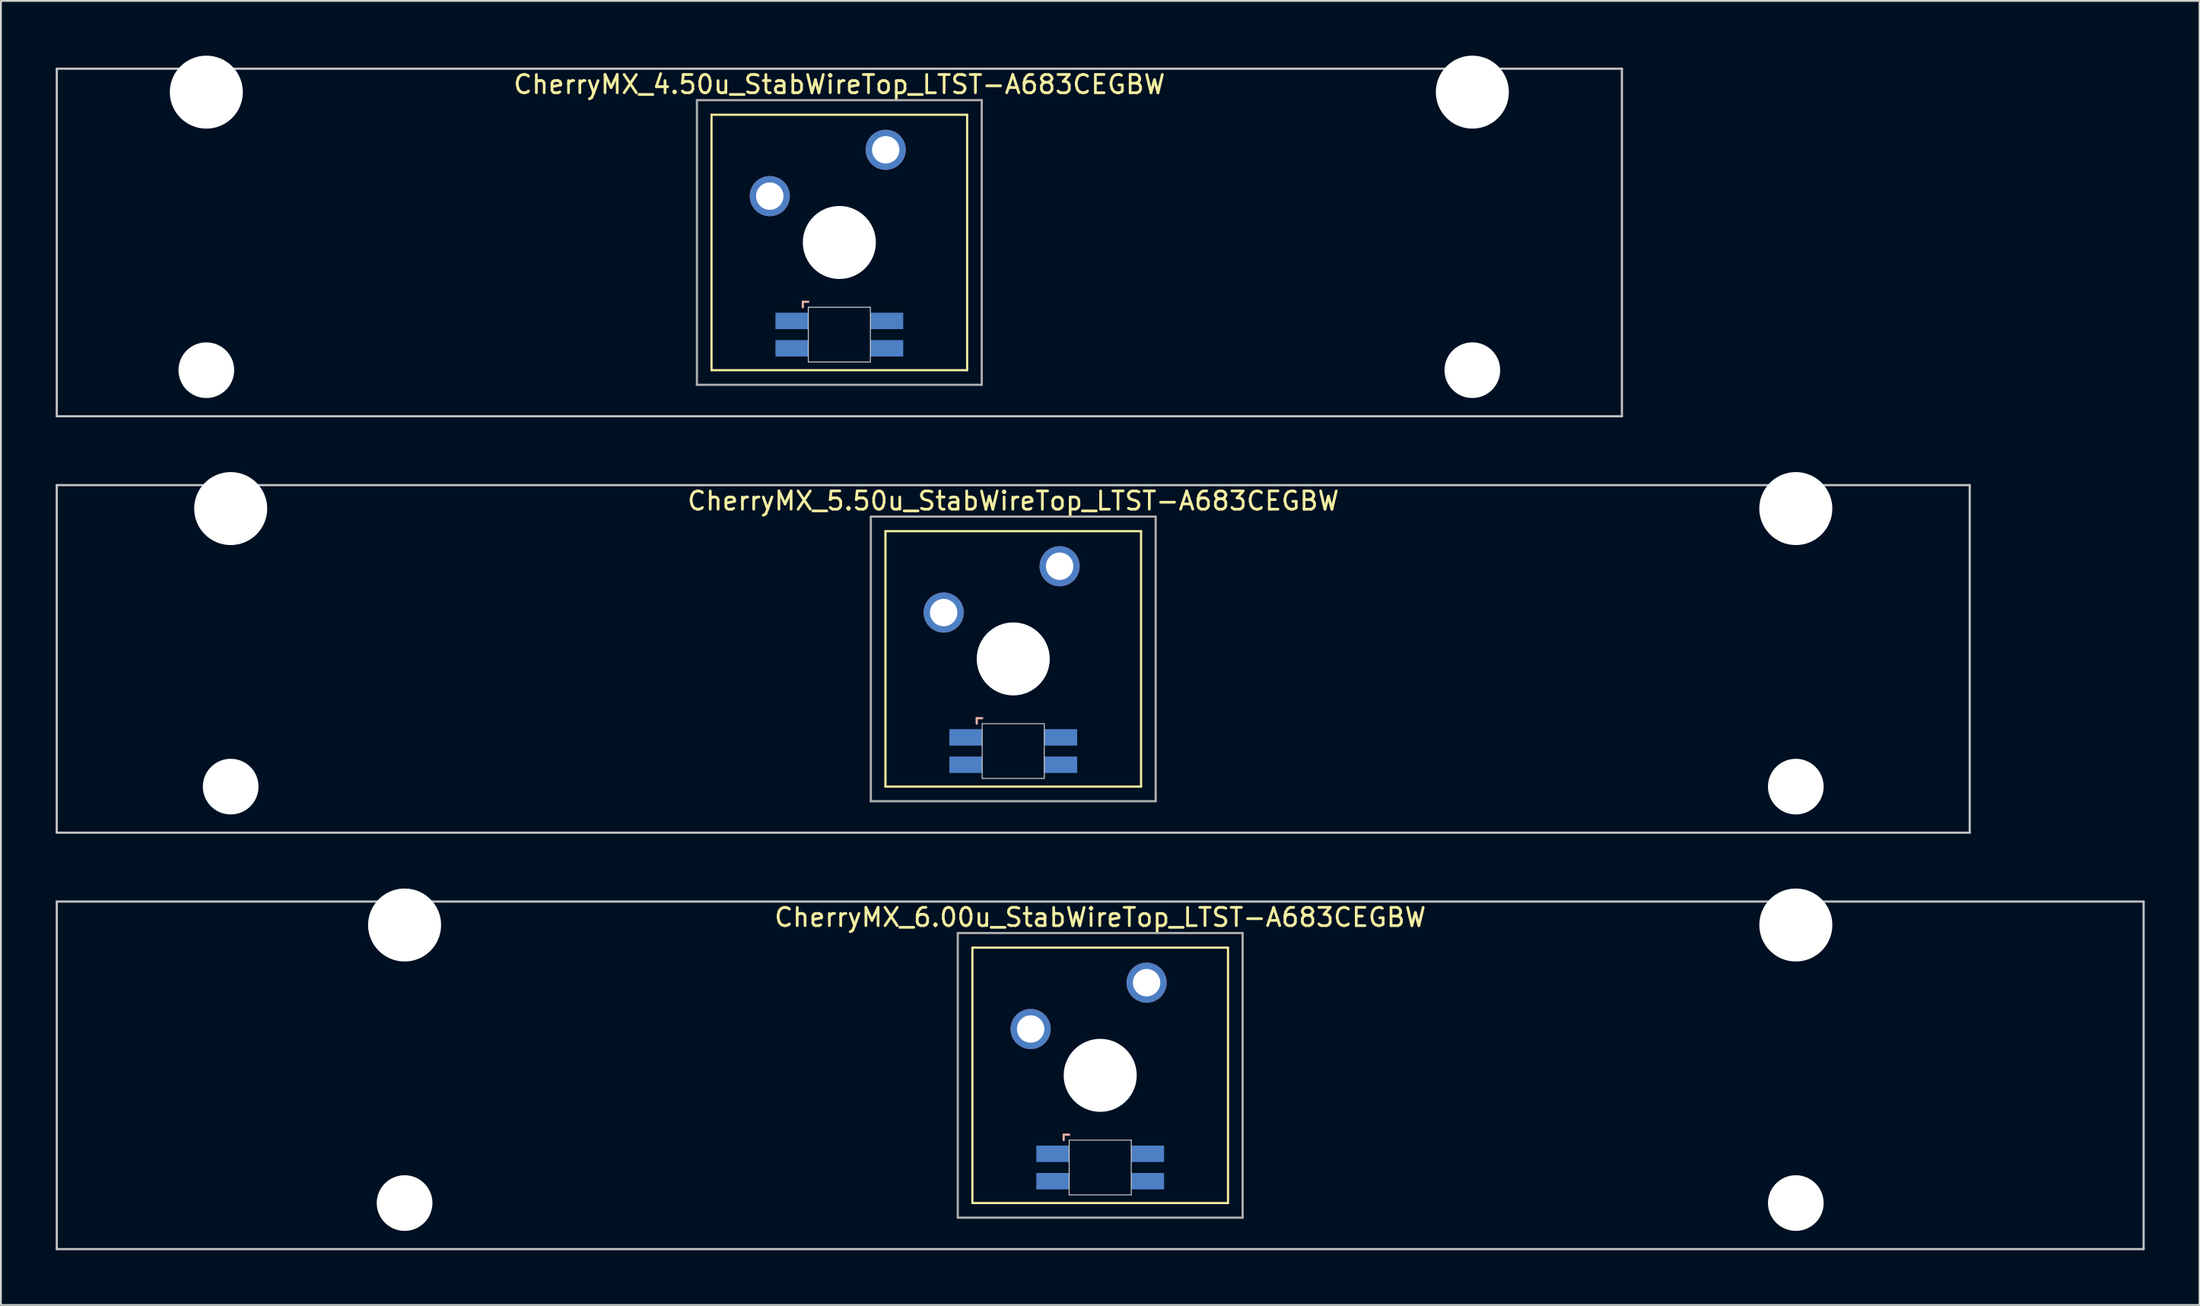
<source format=kicad_pcb>
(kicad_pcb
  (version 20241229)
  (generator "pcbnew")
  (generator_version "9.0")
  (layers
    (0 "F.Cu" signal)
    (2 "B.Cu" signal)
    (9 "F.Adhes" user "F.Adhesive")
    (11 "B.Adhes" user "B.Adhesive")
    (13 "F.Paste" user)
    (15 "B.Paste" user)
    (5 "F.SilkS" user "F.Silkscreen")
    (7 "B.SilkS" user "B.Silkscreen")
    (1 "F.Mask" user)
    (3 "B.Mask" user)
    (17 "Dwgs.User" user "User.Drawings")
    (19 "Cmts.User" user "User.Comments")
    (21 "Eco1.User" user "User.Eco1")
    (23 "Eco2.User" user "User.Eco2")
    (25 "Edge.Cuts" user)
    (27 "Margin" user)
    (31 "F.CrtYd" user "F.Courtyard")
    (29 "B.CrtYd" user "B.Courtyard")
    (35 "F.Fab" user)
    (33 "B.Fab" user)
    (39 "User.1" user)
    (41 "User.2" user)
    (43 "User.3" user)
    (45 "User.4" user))
  (footprint "CherryMX_4.50u_StabWireTop_LTST-A683CEGBW"
    (layer "F.Cu")
    (at 42.922 10.24)
    (property "Reference" "CherryMX_4.50u_StabWireTop_LTST-A683CEGBW" (at 0 -8.662 0) (layer "F.SilkS") (effects (font (size 1 1) (thickness 0.15))))
    (attr through_hole)
    (fp_line (start -7 -7) (end -7 7) (stroke (width 0.12) (type solid)) (layer "F.SilkS"))
    (fp_line (start -7 -7) (end 7 -7) (stroke (width 0.12) (type solid)) (layer "F.SilkS"))
    (fp_line (start 7 -7) (end 7 7) (stroke (width 0.12) (type solid)) (layer "F.SilkS"))
    (fp_line (start 7 7) (end -7 7) (stroke (width 0.12) (type solid)) (layer "F.SilkS"))
    (fp_line (start -2 3.25) (end -2 3.55) (stroke (width 0.12) (type solid)) (layer "B.SilkS"))
    (fp_line (start -1.7 3.25) (end -2 3.25) (stroke (width 0.12) (type solid)) (layer "B.SilkS"))
    (fp_line (start -42.862 -9.525) (end 42.862 -9.525) (stroke (width 0.12) (type solid)) (layer "Dwgs.User"))
    (fp_line (start -42.862 9.525) (end -42.862 -9.525) (stroke (width 0.12) (type solid)) (layer "Dwgs.User"))
    (fp_line (start 42.862 -9.525) (end 42.862 9.525) (stroke (width 0.12) (type solid)) (layer "Dwgs.User"))
    (fp_line (start 42.862 9.525) (end -42.862 9.525) (stroke (width 0.12) (type solid)) (layer "Dwgs.User"))
    (fp_line (start -1.7 3.55) (end 1.7 3.55) (stroke (width 0.05) (type solid)) (layer "Edge.Cuts"))
    (fp_line (start -1.7 6.55) (end -1.7 3.55) (stroke (width 0.05) (type solid)) (layer "Edge.Cuts"))
    (fp_line (start 1.7 3.55) (end 1.7 6.55) (stroke (width 0.05) (type solid)) (layer "Edge.Cuts"))
    (fp_line (start 1.7 6.55) (end -1.7 6.55) (stroke (width 0.05) (type solid)) (layer "Edge.Cuts"))
    (fp_line (start -7.8 -7.8) (end -7.8 7.8) (stroke (width 0.12) (type solid)) (layer "F.Fab"))
    (fp_line (start -7.8 -7.8) (end 7.8 -7.8) (stroke (width 0.12) (type solid)) (layer "F.Fab"))
    (fp_line (start -7.8 7.8) (end 7.8 7.8) (stroke (width 0.12) (type solid)) (layer "F.Fab"))
    (fp_line (start 7.8 -7.8) (end 7.8 7.8) (stroke (width 0.12) (type solid)) (layer "F.Fab"))
    (pad "" np_thru_hole circle (at -34.671 -8.24) (size 4 4) (drill 4) (layers "*.Cu" "*.Mask"))
    (pad "" np_thru_hole circle (at -34.671 7) (size 3.05 3.05) (drill 3.05) (layers "*.Cu" "*.Mask"))
    (pad "" np_thru_hole circle (at 0 0) (size 4 4) (drill 4) (layers "*.Cu" "*.Mask"))
    (pad "" np_thru_hole circle (at 34.671 -8.24) (size 4 4) (drill 4) (layers "*.Cu" "*.Mask"))
    (pad "" np_thru_hole circle (at 34.671 7) (size 3.05 3.05) (drill 3.05) (layers "*.Cu" "*.Mask"))
    (pad "1" thru_hole circle (at -3.81 -2.54) (size 2.2 2.2) (drill 1.5) (layers "*.Cu" "*.Mask"))
    (pad "2" thru_hole circle (at 2.54 -5.08) (size 2.2 2.2) (drill 1.5) (layers "*.Cu" "*.Mask"))
    (pad "3" smd rect (at -2.6 4.3) (size 1.8 0.9) (layers "B.Cu" "B.Mask" "B.Paste"))
    (pad "4" smd rect (at -2.6 5.8) (size 1.8 0.9) (layers "B.Cu" "B.Mask" "B.Paste"))
    (pad "5" smd rect (at 2.6 4.3) (size 1.8 0.9) (layers "B.Cu" "B.Mask" "B.Paste"))
    (pad "6" smd rect (at 2.6 5.8) (size 1.8 0.9) (layers "B.Cu" "B.Mask" "B.Paste")))
  (footprint "CherryMX_5.50u_StabWireTop_LTST-A683CEGBW"
    (layer "F.Cu")
    (at 52.447 33.065)
    (property "Reference" "CherryMX_5.50u_StabWireTop_LTST-A683CEGBW" (at 0 -8.662 0) (layer "F.SilkS") (effects (font (size 1 1) (thickness 0.15))))
    (attr through_hole)
    (fp_line (start -7 -7) (end -7 7) (stroke (width 0.12) (type solid)) (layer "F.SilkS"))
    (fp_line (start -7 -7) (end 7 -7) (stroke (width 0.12) (type solid)) (layer "F.SilkS"))
    (fp_line (start 7 -7) (end 7 7) (stroke (width 0.12) (type solid)) (layer "F.SilkS"))
    (fp_line (start 7 7) (end -7 7) (stroke (width 0.12) (type solid)) (layer "F.SilkS"))
    (fp_line (start -2 3.25) (end -2 3.55) (stroke (width 0.12) (type solid)) (layer "B.SilkS"))
    (fp_line (start -1.7 3.25) (end -2 3.25) (stroke (width 0.12) (type solid)) (layer "B.SilkS"))
    (fp_line (start -52.388 -9.525) (end 52.388 -9.525) (stroke (width 0.12) (type solid)) (layer "Dwgs.User"))
    (fp_line (start -52.388 9.525) (end -52.388 -9.525) (stroke (width 0.12) (type solid)) (layer "Dwgs.User"))
    (fp_line (start 52.388 -9.525) (end 52.388 9.525) (stroke (width 0.12) (type solid)) (layer "Dwgs.User"))
    (fp_line (start 52.388 9.525) (end -52.388 9.525) (stroke (width 0.12) (type solid)) (layer "Dwgs.User"))
    (fp_line (start -1.7 3.55) (end 1.7 3.55) (stroke (width 0.05) (type solid)) (layer "Edge.Cuts"))
    (fp_line (start -1.7 6.55) (end -1.7 3.55) (stroke (width 0.05) (type solid)) (layer "Edge.Cuts"))
    (fp_line (start 1.7 3.55) (end 1.7 6.55) (stroke (width 0.05) (type solid)) (layer "Edge.Cuts"))
    (fp_line (start 1.7 6.55) (end -1.7 6.55) (stroke (width 0.05) (type solid)) (layer "Edge.Cuts"))
    (fp_line (start -7.8 -7.8) (end -7.8 7.8) (stroke (width 0.12) (type solid)) (layer "F.Fab"))
    (fp_line (start -7.8 -7.8) (end 7.8 -7.8) (stroke (width 0.12) (type solid)) (layer "F.Fab"))
    (fp_line (start -7.8 7.8) (end 7.8 7.8) (stroke (width 0.12) (type solid)) (layer "F.Fab"))
    (fp_line (start 7.8 -7.8) (end 7.8 7.8) (stroke (width 0.12) (type solid)) (layer "F.Fab"))
    (pad "" np_thru_hole circle (at -42.862 -8.24) (size 4 4) (drill 4) (layers "*.Cu" "*.Mask"))
    (pad "" np_thru_hole circle (at -42.862 7) (size 3.05 3.05) (drill 3.05) (layers "*.Cu" "*.Mask"))
    (pad "" np_thru_hole circle (at 0 0) (size 4 4) (drill 4) (layers "*.Cu" "*.Mask"))
    (pad "" np_thru_hole circle (at 42.862 -8.24) (size 4 4) (drill 4) (layers "*.Cu" "*.Mask"))
    (pad "" np_thru_hole circle (at 42.862 7) (size 3.05 3.05) (drill 3.05) (layers "*.Cu" "*.Mask"))
    (pad "1" thru_hole circle (at -3.81 -2.54) (size 2.2 2.2) (drill 1.5) (layers "*.Cu" "*.Mask"))
    (pad "2" thru_hole circle (at 2.54 -5.08) (size 2.2 2.2) (drill 1.5) (layers "*.Cu" "*.Mask"))
    (pad "3" smd rect (at -2.6 4.3) (size 1.8 0.9) (layers "B.Cu" "B.Mask" "B.Paste"))
    (pad "4" smd rect (at -2.6 5.8) (size 1.8 0.9) (layers "B.Cu" "B.Mask" "B.Paste"))
    (pad "5" smd rect (at 2.6 4.3) (size 1.8 0.9) (layers "B.Cu" "B.Mask" "B.Paste"))
    (pad "6" smd rect (at 2.6 5.8) (size 1.8 0.9) (layers "B.Cu" "B.Mask" "B.Paste")))
  (footprint "CherryMX_6.00u_StabWireTop_LTST-A683CEGBW"
    (layer "F.Cu")
    (at 57.21 55.89)
    (property "Reference" "CherryMX_6.00u_StabWireTop_LTST-A683CEGBW" (at 0 -8.662 0) (layer "F.SilkS") (effects (font (size 1 1) (thickness 0.15))))
    (attr through_hole)
    (fp_line (start -7 -7) (end -7 7) (stroke (width 0.12) (type solid)) (layer "F.SilkS"))
    (fp_line (start -7 -7) (end 7 -7) (stroke (width 0.12) (type solid)) (layer "F.SilkS"))
    (fp_line (start 7 -7) (end 7 7) (stroke (width 0.12) (type solid)) (layer "F.SilkS"))
    (fp_line (start 7 7) (end -7 7) (stroke (width 0.12) (type solid)) (layer "F.SilkS"))
    (fp_line (start -2 3.25) (end -2 3.55) (stroke (width 0.12) (type solid)) (layer "B.SilkS"))
    (fp_line (start -1.7 3.25) (end -2 3.25) (stroke (width 0.12) (type solid)) (layer "B.SilkS"))
    (fp_line (start -57.15 -9.525) (end 57.15 -9.525) (stroke (width 0.12) (type solid)) (layer "Dwgs.User"))
    (fp_line (start -57.15 9.525) (end -57.15 -9.525) (stroke (width 0.12) (type solid)) (layer "Dwgs.User"))
    (fp_line (start 57.15 -9.525) (end 57.15 9.525) (stroke (width 0.12) (type solid)) (layer "Dwgs.User"))
    (fp_line (start 57.15 9.525) (end -57.15 9.525) (stroke (width 0.12) (type solid)) (layer "Dwgs.User"))
    (fp_line (start -1.7 3.55) (end 1.7 3.55) (stroke (width 0.05) (type solid)) (layer "Edge.Cuts"))
    (fp_line (start -1.7 6.55) (end -1.7 3.55) (stroke (width 0.05) (type solid)) (layer "Edge.Cuts"))
    (fp_line (start 1.7 3.55) (end 1.7 6.55) (stroke (width 0.05) (type solid)) (layer "Edge.Cuts"))
    (fp_line (start 1.7 6.55) (end -1.7 6.55) (stroke (width 0.05) (type solid)) (layer "Edge.Cuts"))
    (fp_line (start -7.8 -7.8) (end -7.8 7.8) (stroke (width 0.12) (type solid)) (layer "F.Fab"))
    (fp_line (start -7.8 -7.8) (end 7.8 -7.8) (stroke (width 0.12) (type solid)) (layer "F.Fab"))
    (fp_line (start -7.8 7.8) (end 7.8 7.8) (stroke (width 0.12) (type solid)) (layer "F.Fab"))
    (fp_line (start 7.8 -7.8) (end 7.8 7.8) (stroke (width 0.12) (type solid)) (layer "F.Fab"))
    (pad "" np_thru_hole circle (at -38.1 -8.24) (size 4 4) (drill 4) (layers "*.Cu" "*.Mask"))
    (pad "" np_thru_hole circle (at -38.1 7) (size 3.05 3.05) (drill 3.05) (layers "*.Cu" "*.Mask"))
    (pad "" np_thru_hole circle (at 0 0) (size 4 4) (drill 4) (layers "*.Cu" "*.Mask"))
    (pad "" np_thru_hole circle (at 38.1 -8.24) (size 4 4) (drill 4) (layers "*.Cu" "*.Mask"))
    (pad "" np_thru_hole circle (at 38.1 7) (size 3.05 3.05) (drill 3.05) (layers "*.Cu" "*.Mask"))
    (pad "1" thru_hole circle (at -3.81 -2.54) (size 2.2 2.2) (drill 1.5) (layers "*.Cu" "*.Mask"))
    (pad "2" thru_hole circle (at 2.54 -5.08) (size 2.2 2.2) (drill 1.5) (layers "*.Cu" "*.Mask"))
    (pad "3" smd rect (at -2.6 4.3) (size 1.8 0.9) (layers "B.Cu" "B.Mask" "B.Paste"))
    (pad "4" smd rect (at -2.6 5.8) (size 1.8 0.9) (layers "B.Cu" "B.Mask" "B.Paste"))
    (pad "5" smd rect (at 2.6 4.3) (size 1.8 0.9) (layers "B.Cu" "B.Mask" "B.Paste"))
    (pad "6" smd rect (at 2.6 5.8) (size 1.8 0.9) (layers "B.Cu" "B.Mask" "B.Paste")))
  (gr_rect
    (start -3 -3)
    (end 117.42 68.475)
    (stroke (width 0.1) (type default))
    (fill no)
    (layer "Edge.Cuts")))
</source>
